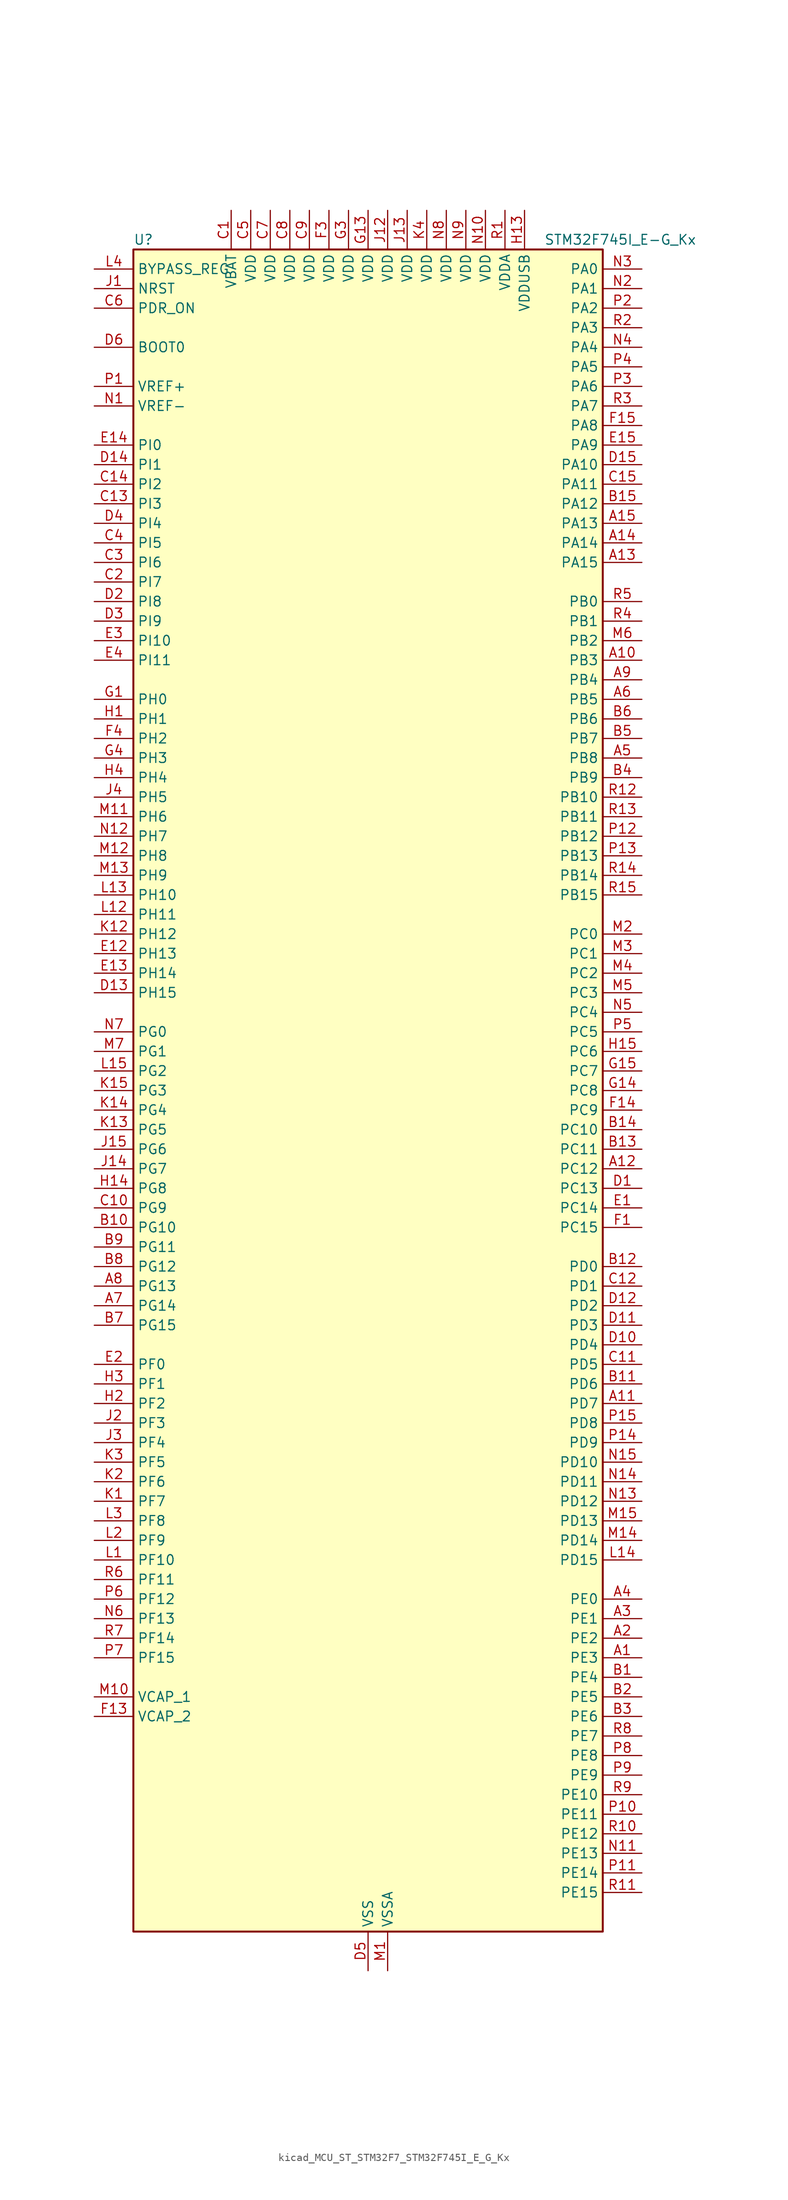
<source format=kicad_sym>
(kicad_symbol_lib
  (version 20220914)
  (generator kicad_symbol_editor)
  (symbol "kicad_MCU_ST_STM32F7_STM32F745I_E_G_Kx"
    (property "Reference" "U"
      (at -30.48 110.49 0)
      (effects (font (size 1.27 1.27)) (justify left)))
    (property "Value" "STM32F745I_E-G_Kx"
      (at 22.86 110.49 0)
      (effects (font (size 1.27 1.27)) (justify left)))
    (property "ki_locked" ""
      (at 0 0 0)
      (effects (font (size 1.27 1.27))))
    (symbol "kicad_MCU_ST_STM32F7_STM32F745I_E_G_Kx_0_1"
      (rectangle (start -30.48 -109.22) (end 30.48 109.22) (stroke (width 0.254) (type default)) (fill (type background))))
    (symbol "kicad_MCU_ST_STM32F7_STM32F745I_E_G_Kx_1_1"
      (pin bidirectional line (at 35.56 -73.66 180) (length 5.08) (name "PE3" (effects (font (size 1.27 1.27)))) (number "A1" (effects (font (size 1.27 1.27)))) (alternate "FMC_A19" bidirectional line) (alternate "SAI1_SD_B" bidirectional line) (alternate "SYS_TRACED0" bidirectional line))
      (pin bidirectional line (at 35.56 55.88 180) (length 5.08) (name "PB3" (effects (font (size 1.27 1.27)))) (number "A10" (effects (font (size 1.27 1.27)))) (alternate "I2S1_CK" bidirectional line) (alternate "I2S3_CK" bidirectional line) (alternate "SPI1_SCK" bidirectional line) (alternate "SPI3_SCK" bidirectional line) (alternate "SYS_JTDO-SWO" bidirectional line) (alternate "TIM2_CH2" bidirectional line))
      (pin bidirectional line (at 35.56 -40.64 180) (length 5.08) (name "PD7" (effects (font (size 1.27 1.27)))) (number "A11" (effects (font (size 1.27 1.27)))) (alternate "FMC_NE1" bidirectional line) (alternate "SPDIFRX_IN0" bidirectional line) (alternate "USART2_CK" bidirectional line))
      (pin bidirectional line (at 35.56 -10.16 180) (length 5.08) (name "PC12" (effects (font (size 1.27 1.27)))) (number "A12" (effects (font (size 1.27 1.27)))) (alternate "DCMI_D9" bidirectional line) (alternate "I2S3_SD" bidirectional line) (alternate "SDMMC1_CK" bidirectional line) (alternate "SPI3_MOSI" bidirectional line) (alternate "SYS_TRACED3" bidirectional line) (alternate "UART5_TX" bidirectional line) (alternate "USART3_CK" bidirectional line))
      (pin bidirectional line (at 35.56 68.58 180) (length 5.08) (name "PA15" (effects (font (size 1.27 1.27)))) (number "A13" (effects (font (size 1.27 1.27)))) (alternate "CEC" bidirectional line) (alternate "I2S1_WS" bidirectional line) (alternate "I2S3_WS" bidirectional line) (alternate "SPI1_NSS" bidirectional line) (alternate "SPI3_NSS" bidirectional line) (alternate "SYS_JTDI" bidirectional line) (alternate "TIM2_CH1" bidirectional line) (alternate "TIM2_ETR" bidirectional line) (alternate "UART4_DE" bidirectional line) (alternate "UART4_RTS" bidirectional line))
      (pin bidirectional line (at 35.56 71.12 180) (length 5.08) (name "PA14" (effects (font (size 1.27 1.27)))) (number "A14" (effects (font (size 1.27 1.27)))) (alternate "SYS_JTCK-SWCLK" bidirectional line))
      (pin bidirectional line (at 35.56 73.66 180) (length 5.08) (name "PA13" (effects (font (size 1.27 1.27)))) (number "A15" (effects (font (size 1.27 1.27)))) (alternate "SYS_JTMS-SWDIO" bidirectional line))
      (pin bidirectional line (at 35.56 -71.12 180) (length 5.08) (name "PE2" (effects (font (size 1.27 1.27)))) (number "A2" (effects (font (size 1.27 1.27)))) (alternate "ETH_TXD3" bidirectional line) (alternate "FMC_A23" bidirectional line) (alternate "QUADSPI_BK1_IO2" bidirectional line) (alternate "SAI1_MCLK_A" bidirectional line) (alternate "SPI4_SCK" bidirectional line) (alternate "SYS_TRACECLK" bidirectional line))
      (pin bidirectional line (at 35.56 -68.58 180) (length 5.08) (name "PE1" (effects (font (size 1.27 1.27)))) (number "A3" (effects (font (size 1.27 1.27)))) (alternate "DCMI_D3" bidirectional line) (alternate "FMC_NBL1" bidirectional line) (alternate "LPTIM1_IN2" bidirectional line) (alternate "UART8_TX" bidirectional line))
      (pin bidirectional line (at 35.56 -66.04 180) (length 5.08) (name "PE0" (effects (font (size 1.27 1.27)))) (number "A4" (effects (font (size 1.27 1.27)))) (alternate "DCMI_D2" bidirectional line) (alternate "FMC_NBL0" bidirectional line) (alternate "LPTIM1_ETR" bidirectional line) (alternate "SAI2_MCLK_A" bidirectional line) (alternate "TIM4_ETR" bidirectional line) (alternate "UART8_RX" bidirectional line))
      (pin bidirectional line (at 35.56 43.18 180) (length 5.08) (name "PB8" (effects (font (size 1.27 1.27)))) (number "A5" (effects (font (size 1.27 1.27)))) (alternate "CAN1_RX" bidirectional line) (alternate "DCMI_D6" bidirectional line) (alternate "ETH_TXD3" bidirectional line) (alternate "I2C1_SCL" bidirectional line) (alternate "SDMMC1_D4" bidirectional line) (alternate "TIM10_CH1" bidirectional line) (alternate "TIM4_CH3" bidirectional line))
      (pin bidirectional line (at 35.56 50.8 180) (length 5.08) (name "PB5" (effects (font (size 1.27 1.27)))) (number "A6" (effects (font (size 1.27 1.27)))) (alternate "CAN2_RX" bidirectional line) (alternate "DCMI_D10" bidirectional line) (alternate "ETH_PPS_OUT" bidirectional line) (alternate "FMC_SDCKE1" bidirectional line) (alternate "I2C1_SMBA" bidirectional line) (alternate "I2S1_SD" bidirectional line) (alternate "I2S3_SD" bidirectional line) (alternate "SPI1_MOSI" bidirectional line) (alternate "SPI3_MOSI" bidirectional line) (alternate "TIM3_CH2" bidirectional line) (alternate "USB_OTG_HS_ULPI_D7" bidirectional line))
      (pin bidirectional line (at -35.56 -27.94 0) (length 5.08) (name "PG14" (effects (font (size 1.27 1.27)))) (number "A7" (effects (font (size 1.27 1.27)))) (alternate "ETH_TXD1" bidirectional line) (alternate "FMC_A25" bidirectional line) (alternate "LPTIM1_ETR" bidirectional line) (alternate "QUADSPI_BK2_IO3" bidirectional line) (alternate "SPI6_MOSI" bidirectional line) (alternate "SYS_TRACED1" bidirectional line) (alternate "USART6_TX" bidirectional line))
      (pin bidirectional line (at -35.56 -25.4 0) (length 5.08) (name "PG13" (effects (font (size 1.27 1.27)))) (number "A8" (effects (font (size 1.27 1.27)))) (alternate "ETH_TXD0" bidirectional line) (alternate "FMC_A24" bidirectional line) (alternate "LPTIM1_OUT" bidirectional line) (alternate "SPI6_SCK" bidirectional line) (alternate "SYS_TRACED0" bidirectional line) (alternate "USART6_CTS" bidirectional line))
      (pin bidirectional line (at 35.56 53.34 180) (length 5.08) (name "PB4" (effects (font (size 1.27 1.27)))) (number "A9" (effects (font (size 1.27 1.27)))) (alternate "I2S2_WS" bidirectional line) (alternate "SPI1_MISO" bidirectional line) (alternate "SPI2_NSS" bidirectional line) (alternate "SPI3_MISO" bidirectional line) (alternate "SYS_JTRST" bidirectional line) (alternate "TIM3_CH1" bidirectional line))
      (pin bidirectional line (at 35.56 -76.2 180) (length 5.08) (name "PE4" (effects (font (size 1.27 1.27)))) (number "B1" (effects (font (size 1.27 1.27)))) (alternate "DCMI_D4" bidirectional line) (alternate "FMC_A20" bidirectional line) (alternate "SAI1_FS_A" bidirectional line) (alternate "SPI4_NSS" bidirectional line) (alternate "SYS_TRACED1" bidirectional line))
      (pin bidirectional line (at -35.56 -17.78 0) (length 5.08) (name "PG10" (effects (font (size 1.27 1.27)))) (number "B10" (effects (font (size 1.27 1.27)))) (alternate "DCMI_D2" bidirectional line) (alternate "FMC_NE3" bidirectional line) (alternate "SAI2_SD_B" bidirectional line))
      (pin bidirectional line (at 35.56 -38.1 180) (length 5.08) (name "PD6" (effects (font (size 1.27 1.27)))) (number "B11" (effects (font (size 1.27 1.27)))) (alternate "DCMI_D10" bidirectional line) (alternate "FMC_NWAIT" bidirectional line) (alternate "I2S3_SD" bidirectional line) (alternate "SAI1_SD_A" bidirectional line) (alternate "SPI3_MOSI" bidirectional line) (alternate "USART2_RX" bidirectional line))
      (pin bidirectional line (at 35.56 -22.86 180) (length 5.08) (name "PD0" (effects (font (size 1.27 1.27)))) (number "B12" (effects (font (size 1.27 1.27)))) (alternate "CAN1_RX" bidirectional line) (alternate "FMC_D2" bidirectional line) (alternate "FMC_DA2" bidirectional line))
      (pin bidirectional line (at 35.56 -7.62 180) (length 5.08) (name "PC11" (effects (font (size 1.27 1.27)))) (number "B13" (effects (font (size 1.27 1.27)))) (alternate "ADC1_EXTI11" bidirectional line) (alternate "ADC2_EXTI11" bidirectional line) (alternate "ADC3_EXTI11" bidirectional line) (alternate "DCMI_D4" bidirectional line) (alternate "QUADSPI_BK2_NCS" bidirectional line) (alternate "SDMMC1_D3" bidirectional line) (alternate "SPI3_MISO" bidirectional line) (alternate "UART4_RX" bidirectional line) (alternate "USART3_RX" bidirectional line))
      (pin bidirectional line (at 35.56 -5.08 180) (length 5.08) (name "PC10" (effects (font (size 1.27 1.27)))) (number "B14" (effects (font (size 1.27 1.27)))) (alternate "DCMI_D8" bidirectional line) (alternate "I2S3_CK" bidirectional line) (alternate "QUADSPI_BK1_IO1" bidirectional line) (alternate "SDMMC1_D2" bidirectional line) (alternate "SPI3_SCK" bidirectional line) (alternate "UART4_TX" bidirectional line) (alternate "USART3_TX" bidirectional line))
      (pin bidirectional line (at 35.56 76.2 180) (length 5.08) (name "PA12" (effects (font (size 1.27 1.27)))) (number "B15" (effects (font (size 1.27 1.27)))) (alternate "CAN1_TX" bidirectional line) (alternate "SAI2_FS_B" bidirectional line) (alternate "TIM1_ETR" bidirectional line) (alternate "USART1_DE" bidirectional line) (alternate "USART1_RTS" bidirectional line) (alternate "USB_OTG_FS_DP" bidirectional line))
      (pin bidirectional line (at 35.56 -78.74 180) (length 5.08) (name "PE5" (effects (font (size 1.27 1.27)))) (number "B2" (effects (font (size 1.27 1.27)))) (alternate "DCMI_D6" bidirectional line) (alternate "FMC_A21" bidirectional line) (alternate "SAI1_SCK_A" bidirectional line) (alternate "SPI4_MISO" bidirectional line) (alternate "SYS_TRACED2" bidirectional line) (alternate "TIM9_CH1" bidirectional line))
      (pin bidirectional line (at 35.56 -81.28 180) (length 5.08) (name "PE6" (effects (font (size 1.27 1.27)))) (number "B3" (effects (font (size 1.27 1.27)))) (alternate "DCMI_D7" bidirectional line) (alternate "FMC_A22" bidirectional line) (alternate "SAI1_SD_A" bidirectional line) (alternate "SAI2_MCLK_B" bidirectional line) (alternate "SPI4_MOSI" bidirectional line) (alternate "SYS_TRACED3" bidirectional line) (alternate "TIM1_BKIN2" bidirectional line) (alternate "TIM9_CH2" bidirectional line))
      (pin bidirectional line (at 35.56 40.64 180) (length 5.08) (name "PB9" (effects (font (size 1.27 1.27)))) (number "B4" (effects (font (size 1.27 1.27)))) (alternate "CAN1_TX" bidirectional line) (alternate "DAC_EXTI9" bidirectional line) (alternate "DCMI_D7" bidirectional line) (alternate "I2C1_SDA" bidirectional line) (alternate "I2S2_WS" bidirectional line) (alternate "SDMMC1_D5" bidirectional line) (alternate "SPI2_NSS" bidirectional line) (alternate "TIM11_CH1" bidirectional line) (alternate "TIM4_CH4" bidirectional line))
      (pin bidirectional line (at 35.56 45.72 180) (length 5.08) (name "PB7" (effects (font (size 1.27 1.27)))) (number "B5" (effects (font (size 1.27 1.27)))) (alternate "DCMI_VSYNC" bidirectional line) (alternate "FMC_NL" bidirectional line) (alternate "I2C1_SDA" bidirectional line) (alternate "TIM4_CH2" bidirectional line) (alternate "USART1_RX" bidirectional line))
      (pin bidirectional line (at 35.56 48.26 180) (length 5.08) (name "PB6" (effects (font (size 1.27 1.27)))) (number "B6" (effects (font (size 1.27 1.27)))) (alternate "CAN2_TX" bidirectional line) (alternate "CEC" bidirectional line) (alternate "DCMI_D5" bidirectional line) (alternate "FMC_SDNE1" bidirectional line) (alternate "I2C1_SCL" bidirectional line) (alternate "QUADSPI_BK1_NCS" bidirectional line) (alternate "TIM4_CH1" bidirectional line) (alternate "USART1_TX" bidirectional line))
      (pin bidirectional line (at -35.56 -30.48 0) (length 5.08) (name "PG15" (effects (font (size 1.27 1.27)))) (number "B7" (effects (font (size 1.27 1.27)))) (alternate "DCMI_D13" bidirectional line) (alternate "FMC_SDNCAS" bidirectional line) (alternate "USART6_CTS" bidirectional line))
      (pin bidirectional line (at -35.56 -22.86 0) (length 5.08) (name "PG12" (effects (font (size 1.27 1.27)))) (number "B8" (effects (font (size 1.27 1.27)))) (alternate "FMC_NE4" bidirectional line) (alternate "LPTIM1_IN1" bidirectional line) (alternate "SPDIFRX_IN1" bidirectional line) (alternate "SPI6_MISO" bidirectional line) (alternate "USART6_DE" bidirectional line) (alternate "USART6_RTS" bidirectional line))
      (pin bidirectional line (at -35.56 -20.32 0) (length 5.08) (name "PG11" (effects (font (size 1.27 1.27)))) (number "B9" (effects (font (size 1.27 1.27)))) (alternate "ADC1_EXTI11" bidirectional line) (alternate "ADC2_EXTI11" bidirectional line) (alternate "ADC3_EXTI11" bidirectional line) (alternate "DCMI_D3" bidirectional line) (alternate "ETH_TX_EN" bidirectional line) (alternate "SPDIFRX_IN0" bidirectional line))
      (pin power_in line (at -17.78 114.3 270) (length 5.08) (name "VBAT" (effects (font (size 1.27 1.27)))) (number "C1" (effects (font (size 1.27 1.27)))))
      (pin bidirectional line (at -35.56 -15.24 0) (length 5.08) (name "PG9" (effects (font (size 1.27 1.27)))) (number "C10" (effects (font (size 1.27 1.27)))) (alternate "DAC_EXTI9" bidirectional line) (alternate "DCMI_VSYNC" bidirectional line) (alternate "FMC_NCE" bidirectional line) (alternate "FMC_NE2" bidirectional line) (alternate "QUADSPI_BK2_IO2" bidirectional line) (alternate "SAI2_FS_B" bidirectional line) (alternate "SPDIFRX_IN3" bidirectional line) (alternate "USART6_RX" bidirectional line))
      (pin bidirectional line (at 35.56 -35.56 180) (length 5.08) (name "PD5" (effects (font (size 1.27 1.27)))) (number "C11" (effects (font (size 1.27 1.27)))) (alternate "FMC_NWE" bidirectional line) (alternate "USART2_TX" bidirectional line))
      (pin bidirectional line (at 35.56 -25.4 180) (length 5.08) (name "PD1" (effects (font (size 1.27 1.27)))) (number "C12" (effects (font (size 1.27 1.27)))) (alternate "CAN1_TX" bidirectional line) (alternate "FMC_D3" bidirectional line) (alternate "FMC_DA3" bidirectional line))
      (pin bidirectional line (at -35.56 76.2 0) (length 5.08) (name "PI3" (effects (font (size 1.27 1.27)))) (number "C13" (effects (font (size 1.27 1.27)))) (alternate "DCMI_D10" bidirectional line) (alternate "FMC_D27" bidirectional line) (alternate "I2S2_SD" bidirectional line) (alternate "SPI2_MOSI" bidirectional line) (alternate "TIM8_ETR" bidirectional line))
      (pin bidirectional line (at -35.56 78.74 0) (length 5.08) (name "PI2" (effects (font (size 1.27 1.27)))) (number "C14" (effects (font (size 1.27 1.27)))) (alternate "DCMI_D9" bidirectional line) (alternate "FMC_D26" bidirectional line) (alternate "SPI2_MISO" bidirectional line) (alternate "TIM8_CH4" bidirectional line))
      (pin bidirectional line (at 35.56 78.74 180) (length 5.08) (name "PA11" (effects (font (size 1.27 1.27)))) (number "C15" (effects (font (size 1.27 1.27)))) (alternate "ADC1_EXTI11" bidirectional line) (alternate "ADC2_EXTI11" bidirectional line) (alternate "ADC3_EXTI11" bidirectional line) (alternate "CAN1_RX" bidirectional line) (alternate "TIM1_CH4" bidirectional line) (alternate "USART1_CTS" bidirectional line) (alternate "USB_OTG_FS_DM" bidirectional line))
      (pin bidirectional line (at -35.56 66.04 0) (length 5.08) (name "PI7" (effects (font (size 1.27 1.27)))) (number "C2" (effects (font (size 1.27 1.27)))) (alternate "DCMI_D7" bidirectional line) (alternate "FMC_D29" bidirectional line) (alternate "SAI2_FS_A" bidirectional line) (alternate "TIM8_CH3" bidirectional line))
      (pin bidirectional line (at -35.56 68.58 0) (length 5.08) (name "PI6" (effects (font (size 1.27 1.27)))) (number "C3" (effects (font (size 1.27 1.27)))) (alternate "DCMI_D6" bidirectional line) (alternate "FMC_D28" bidirectional line) (alternate "SAI2_SD_A" bidirectional line) (alternate "TIM8_CH2" bidirectional line))
      (pin bidirectional line (at -35.56 71.12 0) (length 5.08) (name "PI5" (effects (font (size 1.27 1.27)))) (number "C4" (effects (font (size 1.27 1.27)))) (alternate "DCMI_VSYNC" bidirectional line) (alternate "FMC_NBL3" bidirectional line) (alternate "SAI2_SCK_A" bidirectional line) (alternate "TIM8_CH1" bidirectional line))
      (pin power_in line (at -15.24 114.3 270) (length 5.08) (name "VDD" (effects (font (size 1.27 1.27)))) (number "C5" (effects (font (size 1.27 1.27)))))
      (pin input line (at -35.56 101.6 0) (length 5.08) (name "PDR_ON" (effects (font (size 1.27 1.27)))) (number "C6" (effects (font (size 1.27 1.27)))))
      (pin power_in line (at -12.7 114.3 270) (length 5.08) (name "VDD" (effects (font (size 1.27 1.27)))) (number "C7" (effects (font (size 1.27 1.27)))))
      (pin power_in line (at -10.16 114.3 270) (length 5.08) (name "VDD" (effects (font (size 1.27 1.27)))) (number "C8" (effects (font (size 1.27 1.27)))))
      (pin power_in line (at -7.62 114.3 270) (length 5.08) (name "VDD" (effects (font (size 1.27 1.27)))) (number "C9" (effects (font (size 1.27 1.27)))))
      (pin bidirectional line (at 35.56 -12.7 180) (length 5.08) (name "PC13" (effects (font (size 1.27 1.27)))) (number "D1" (effects (font (size 1.27 1.27)))) (alternate "RTC_OUT" bidirectional line) (alternate "RTC_TAMP1" bidirectional line) (alternate "RTC_TS" bidirectional line) (alternate "SYS_WKUP4" bidirectional line))
      (pin bidirectional line (at 35.56 -33.02 180) (length 5.08) (name "PD4" (effects (font (size 1.27 1.27)))) (number "D10" (effects (font (size 1.27 1.27)))) (alternate "FMC_NOE" bidirectional line) (alternate "USART2_DE" bidirectional line) (alternate "USART2_RTS" bidirectional line))
      (pin bidirectional line (at 35.56 -30.48 180) (length 5.08) (name "PD3" (effects (font (size 1.27 1.27)))) (number "D11" (effects (font (size 1.27 1.27)))) (alternate "DCMI_D5" bidirectional line) (alternate "FMC_CLK" bidirectional line) (alternate "I2S2_CK" bidirectional line) (alternate "SPI2_SCK" bidirectional line) (alternate "USART2_CTS" bidirectional line))
      (pin bidirectional line (at 35.56 -27.94 180) (length 5.08) (name "PD2" (effects (font (size 1.27 1.27)))) (number "D12" (effects (font (size 1.27 1.27)))) (alternate "DCMI_D11" bidirectional line) (alternate "SDMMC1_CMD" bidirectional line) (alternate "SYS_TRACED2" bidirectional line) (alternate "TIM3_ETR" bidirectional line) (alternate "UART5_RX" bidirectional line))
      (pin bidirectional line (at -35.56 12.7 0) (length 5.08) (name "PH15" (effects (font (size 1.27 1.27)))) (number "D13" (effects (font (size 1.27 1.27)))) (alternate "DCMI_D11" bidirectional line) (alternate "FMC_D23" bidirectional line) (alternate "TIM8_CH3N" bidirectional line))
      (pin bidirectional line (at -35.56 81.28 0) (length 5.08) (name "PI1" (effects (font (size 1.27 1.27)))) (number "D14" (effects (font (size 1.27 1.27)))) (alternate "DCMI_D8" bidirectional line) (alternate "FMC_D25" bidirectional line) (alternate "I2S2_CK" bidirectional line) (alternate "SPI2_SCK" bidirectional line) (alternate "TIM8_BKIN2" bidirectional line))
      (pin bidirectional line (at 35.56 81.28 180) (length 5.08) (name "PA10" (effects (font (size 1.27 1.27)))) (number "D15" (effects (font (size 1.27 1.27)))) (alternate "DCMI_D1" bidirectional line) (alternate "TIM1_CH3" bidirectional line) (alternate "USART1_RX" bidirectional line) (alternate "USB_OTG_FS_ID" bidirectional line))
      (pin bidirectional line (at -35.56 63.5 0) (length 5.08) (name "PI8" (effects (font (size 1.27 1.27)))) (number "D2" (effects (font (size 1.27 1.27)))) (alternate "RTC_TAMP2" bidirectional line) (alternate "RTC_TS" bidirectional line) (alternate "SYS_WKUP5" bidirectional line))
      (pin bidirectional line (at -35.56 60.96 0) (length 5.08) (name "PI9" (effects (font (size 1.27 1.27)))) (number "D3" (effects (font (size 1.27 1.27)))) (alternate "CAN1_RX" bidirectional line) (alternate "DAC_EXTI9" bidirectional line) (alternate "FMC_D30" bidirectional line))
      (pin bidirectional line (at -35.56 73.66 0) (length 5.08) (name "PI4" (effects (font (size 1.27 1.27)))) (number "D4" (effects (font (size 1.27 1.27)))) (alternate "DCMI_D5" bidirectional line) (alternate "FMC_NBL2" bidirectional line) (alternate "SAI2_MCLK_A" bidirectional line) (alternate "TIM8_BKIN" bidirectional line))
      (pin power_in line (at 0 -114.3 90) (length 5.08) (name "VSS" (effects (font (size 1.27 1.27)))) (number "D5" (effects (font (size 1.27 1.27)))))
      (pin input line (at -35.56 96.52 0) (length 5.08) (name "BOOT0" (effects (font (size 1.27 1.27)))) (number "D6" (effects (font (size 1.27 1.27)))))
      (pin passive line (at 0 -114.3 90) (length 5.08) hide (name "VSS" (effects (font (size 1.27 1.27)))) (number "D7" (effects (font (size 1.27 1.27)))))
      (pin passive line (at 0 -114.3 90) (length 5.08) hide (name "VSS" (effects (font (size 1.27 1.27)))) (number "D8" (effects (font (size 1.27 1.27)))))
      (pin passive line (at 0 -114.3 90) (length 5.08) hide (name "VSS" (effects (font (size 1.27 1.27)))) (number "D9" (effects (font (size 1.27 1.27)))))
      (pin bidirectional line (at 35.56 -15.24 180) (length 5.08) (name "PC14" (effects (font (size 1.27 1.27)))) (number "E1" (effects (font (size 1.27 1.27)))) (alternate "RCC_OSC32_IN" bidirectional line))
      (pin bidirectional line (at -35.56 17.78 0) (length 5.08) (name "PH13" (effects (font (size 1.27 1.27)))) (number "E12" (effects (font (size 1.27 1.27)))) (alternate "CAN1_TX" bidirectional line) (alternate "FMC_D21" bidirectional line) (alternate "TIM8_CH1N" bidirectional line))
      (pin bidirectional line (at -35.56 15.24 0) (length 5.08) (name "PH14" (effects (font (size 1.27 1.27)))) (number "E13" (effects (font (size 1.27 1.27)))) (alternate "DCMI_D4" bidirectional line) (alternate "FMC_D22" bidirectional line) (alternate "TIM8_CH2N" bidirectional line))
      (pin bidirectional line (at -35.56 83.82 0) (length 5.08) (name "PI0" (effects (font (size 1.27 1.27)))) (number "E14" (effects (font (size 1.27 1.27)))) (alternate "DCMI_D13" bidirectional line) (alternate "FMC_D24" bidirectional line) (alternate "I2S2_WS" bidirectional line) (alternate "SPI2_NSS" bidirectional line) (alternate "TIM5_CH4" bidirectional line))
      (pin bidirectional line (at 35.56 83.82 180) (length 5.08) (name "PA9" (effects (font (size 1.27 1.27)))) (number "E15" (effects (font (size 1.27 1.27)))) (alternate "DAC_EXTI9" bidirectional line) (alternate "DCMI_D0" bidirectional line) (alternate "I2C3_SMBA" bidirectional line) (alternate "I2S2_CK" bidirectional line) (alternate "SPI2_SCK" bidirectional line) (alternate "TIM1_CH2" bidirectional line) (alternate "USART1_TX" bidirectional line) (alternate "USB_OTG_FS_VBUS" bidirectional line))
      (pin bidirectional line (at -35.56 -35.56 0) (length 5.08) (name "PF0" (effects (font (size 1.27 1.27)))) (number "E2" (effects (font (size 1.27 1.27)))) (alternate "FMC_A0" bidirectional line) (alternate "I2C2_SDA" bidirectional line))
      (pin bidirectional line (at -35.56 58.42 0) (length 5.08) (name "PI10" (effects (font (size 1.27 1.27)))) (number "E3" (effects (font (size 1.27 1.27)))) (alternate "ETH_RX_ER" bidirectional line) (alternate "FMC_D31" bidirectional line))
      (pin bidirectional line (at -35.56 55.88 0) (length 5.08) (name "PI11" (effects (font (size 1.27 1.27)))) (number "E4" (effects (font (size 1.27 1.27)))) (alternate "ADC1_EXTI11" bidirectional line) (alternate "ADC2_EXTI11" bidirectional line) (alternate "ADC3_EXTI11" bidirectional line) (alternate "SYS_WKUP6" bidirectional line) (alternate "USB_OTG_HS_ULPI_DIR" bidirectional line))
      (pin bidirectional line (at 35.56 -17.78 180) (length 5.08) (name "PC15" (effects (font (size 1.27 1.27)))) (number "F1" (effects (font (size 1.27 1.27)))) (alternate "RCC_OSC32_OUT" bidirectional line))
      (pin passive line (at 0 -114.3 90) (length 5.08) hide (name "VSS" (effects (font (size 1.27 1.27)))) (number "F10" (effects (font (size 1.27 1.27)))))
      (pin passive line (at 0 -114.3 90) (length 5.08) hide (name "VSS" (effects (font (size 1.27 1.27)))) (number "F12" (effects (font (size 1.27 1.27)))))
      (pin power_out line (at -35.56 -81.28 0) (length 5.08) (name "VCAP_2" (effects (font (size 1.27 1.27)))) (number "F13" (effects (font (size 1.27 1.27)))))
      (pin bidirectional line (at 35.56 -2.54 180) (length 5.08) (name "PC9" (effects (font (size 1.27 1.27)))) (number "F14" (effects (font (size 1.27 1.27)))) (alternate "DAC_EXTI9" bidirectional line) (alternate "DCMI_D3" bidirectional line) (alternate "I2C3_SDA" bidirectional line) (alternate "I2S_CKIN" bidirectional line) (alternate "QUADSPI_BK1_IO0" bidirectional line) (alternate "RCC_MCO_2" bidirectional line) (alternate "SDMMC1_D1" bidirectional line) (alternate "TIM3_CH4" bidirectional line) (alternate "TIM8_CH4" bidirectional line) (alternate "UART5_CTS" bidirectional line))
      (pin bidirectional line (at 35.56 86.36 180) (length 5.08) (name "PA8" (effects (font (size 1.27 1.27)))) (number "F15" (effects (font (size 1.27 1.27)))) (alternate "I2C3_SCL" bidirectional line) (alternate "RCC_MCO_1" bidirectional line) (alternate "TIM1_CH1" bidirectional line) (alternate "TIM8_BKIN2" bidirectional line) (alternate "USART1_CK" bidirectional line) (alternate "USB_OTG_FS_SOF" bidirectional line))
      (pin passive line (at 0 -114.3 90) (length 5.08) hide (name "VSS" (effects (font (size 1.27 1.27)))) (number "F2" (effects (font (size 1.27 1.27)))))
      (pin power_in line (at -5.08 114.3 270) (length 5.08) (name "VDD" (effects (font (size 1.27 1.27)))) (number "F3" (effects (font (size 1.27 1.27)))))
      (pin bidirectional line (at -35.56 45.72 0) (length 5.08) (name "PH2" (effects (font (size 1.27 1.27)))) (number "F4" (effects (font (size 1.27 1.27)))) (alternate "ETH_CRS" bidirectional line) (alternate "FMC_SDCKE0" bidirectional line) (alternate "LPTIM1_IN2" bidirectional line) (alternate "QUADSPI_BK2_IO0" bidirectional line) (alternate "SAI2_SCK_B" bidirectional line))
      (pin passive line (at 0 -114.3 90) (length 5.08) hide (name "VSS" (effects (font (size 1.27 1.27)))) (number "F6" (effects (font (size 1.27 1.27)))))
      (pin passive line (at 0 -114.3 90) (length 5.08) hide (name "VSS" (effects (font (size 1.27 1.27)))) (number "F7" (effects (font (size 1.27 1.27)))))
      (pin passive line (at 0 -114.3 90) (length 5.08) hide (name "VSS" (effects (font (size 1.27 1.27)))) (number "F8" (effects (font (size 1.27 1.27)))))
      (pin passive line (at 0 -114.3 90) (length 5.08) hide (name "VSS" (effects (font (size 1.27 1.27)))) (number "F9" (effects (font (size 1.27 1.27)))))
      (pin bidirectional line (at -35.56 50.8 0) (length 5.08) (name "PH0" (effects (font (size 1.27 1.27)))) (number "G1" (effects (font (size 1.27 1.27)))) (alternate "RCC_OSC_IN" bidirectional line))
      (pin passive line (at 0 -114.3 90) (length 5.08) hide (name "VSS" (effects (font (size 1.27 1.27)))) (number "G10" (effects (font (size 1.27 1.27)))))
      (pin passive line (at 0 -114.3 90) (length 5.08) hide (name "VSS" (effects (font (size 1.27 1.27)))) (number "G12" (effects (font (size 1.27 1.27)))))
      (pin power_in line (at 0 114.3 270) (length 5.08) (name "VDD" (effects (font (size 1.27 1.27)))) (number "G13" (effects (font (size 1.27 1.27)))))
      (pin bidirectional line (at 35.56 0 180) (length 5.08) (name "PC8" (effects (font (size 1.27 1.27)))) (number "G14" (effects (font (size 1.27 1.27)))) (alternate "DCMI_D2" bidirectional line) (alternate "SDMMC1_D0" bidirectional line) (alternate "SYS_TRACED1" bidirectional line) (alternate "TIM3_CH3" bidirectional line) (alternate "TIM8_CH3" bidirectional line) (alternate "UART5_DE" bidirectional line) (alternate "UART5_RTS" bidirectional line) (alternate "USART6_CK" bidirectional line))
      (pin bidirectional line (at 35.56 2.54 180) (length 5.08) (name "PC7" (effects (font (size 1.27 1.27)))) (number "G15" (effects (font (size 1.27 1.27)))) (alternate "DCMI_D1" bidirectional line) (alternate "I2S3_MCK" bidirectional line) (alternate "SDMMC1_D7" bidirectional line) (alternate "TIM3_CH2" bidirectional line) (alternate "TIM8_CH2" bidirectional line) (alternate "USART6_RX" bidirectional line))
      (pin passive line (at 0 -114.3 90) (length 5.08) hide (name "VSS" (effects (font (size 1.27 1.27)))) (number "G2" (effects (font (size 1.27 1.27)))))
      (pin power_in line (at -2.54 114.3 270) (length 5.08) (name "VDD" (effects (font (size 1.27 1.27)))) (number "G3" (effects (font (size 1.27 1.27)))))
      (pin bidirectional line (at -35.56 43.18 0) (length 5.08) (name "PH3" (effects (font (size 1.27 1.27)))) (number "G4" (effects (font (size 1.27 1.27)))) (alternate "ETH_COL" bidirectional line) (alternate "FMC_SDNE0" bidirectional line) (alternate "QUADSPI_BK2_IO1" bidirectional line) (alternate "SAI2_MCLK_B" bidirectional line))
      (pin passive line (at 0 -114.3 90) (length 5.08) hide (name "VSS" (effects (font (size 1.27 1.27)))) (number "G6" (effects (font (size 1.27 1.27)))))
      (pin passive line (at 0 -114.3 90) (length 5.08) hide (name "VSS" (effects (font (size 1.27 1.27)))) (number "G7" (effects (font (size 1.27 1.27)))))
      (pin passive line (at 0 -114.3 90) (length 5.08) hide (name "VSS" (effects (font (size 1.27 1.27)))) (number "G8" (effects (font (size 1.27 1.27)))))
      (pin passive line (at 0 -114.3 90) (length 5.08) hide (name "VSS" (effects (font (size 1.27 1.27)))) (number "G9" (effects (font (size 1.27 1.27)))))
      (pin bidirectional line (at -35.56 48.26 0) (length 5.08) (name "PH1" (effects (font (size 1.27 1.27)))) (number "H1" (effects (font (size 1.27 1.27)))) (alternate "RCC_OSC_OUT" bidirectional line))
      (pin passive line (at 0 -114.3 90) (length 5.08) hide (name "VSS" (effects (font (size 1.27 1.27)))) (number "H10" (effects (font (size 1.27 1.27)))))
      (pin passive line (at 0 -114.3 90) (length 5.08) hide (name "VSS" (effects (font (size 1.27 1.27)))) (number "H12" (effects (font (size 1.27 1.27)))))
      (pin power_in line (at 20.32 114.3 270) (length 5.08) (name "VDDUSB" (effects (font (size 1.27 1.27)))) (number "H13" (effects (font (size 1.27 1.27)))))
      (pin bidirectional line (at -35.56 -12.7 0) (length 5.08) (name "PG8" (effects (font (size 1.27 1.27)))) (number "H14" (effects (font (size 1.27 1.27)))) (alternate "ETH_PPS_OUT" bidirectional line) (alternate "FMC_SDCLK" bidirectional line) (alternate "SPDIFRX_IN2" bidirectional line) (alternate "SPI6_NSS" bidirectional line) (alternate "USART6_DE" bidirectional line) (alternate "USART6_RTS" bidirectional line))
      (pin bidirectional line (at 35.56 5.08 180) (length 5.08) (name "PC6" (effects (font (size 1.27 1.27)))) (number "H15" (effects (font (size 1.27 1.27)))) (alternate "DCMI_D0" bidirectional line) (alternate "I2S2_MCK" bidirectional line) (alternate "SDMMC1_D6" bidirectional line) (alternate "TIM3_CH1" bidirectional line) (alternate "TIM8_CH1" bidirectional line) (alternate "USART6_TX" bidirectional line))
      (pin bidirectional line (at -35.56 -40.64 0) (length 5.08) (name "PF2" (effects (font (size 1.27 1.27)))) (number "H2" (effects (font (size 1.27 1.27)))) (alternate "FMC_A2" bidirectional line) (alternate "I2C2_SMBA" bidirectional line))
      (pin bidirectional line (at -35.56 -38.1 0) (length 5.08) (name "PF1" (effects (font (size 1.27 1.27)))) (number "H3" (effects (font (size 1.27 1.27)))) (alternate "FMC_A1" bidirectional line) (alternate "I2C2_SCL" bidirectional line))
      (pin bidirectional line (at -35.56 40.64 0) (length 5.08) (name "PH4" (effects (font (size 1.27 1.27)))) (number "H4" (effects (font (size 1.27 1.27)))) (alternate "I2C2_SCL" bidirectional line) (alternate "USB_OTG_HS_ULPI_NXT" bidirectional line))
      (pin passive line (at 0 -114.3 90) (length 5.08) hide (name "VSS" (effects (font (size 1.27 1.27)))) (number "H6" (effects (font (size 1.27 1.27)))))
      (pin passive line (at 0 -114.3 90) (length 5.08) hide (name "VSS" (effects (font (size 1.27 1.27)))) (number "H7" (effects (font (size 1.27 1.27)))))
      (pin passive line (at 0 -114.3 90) (length 5.08) hide (name "VSS" (effects (font (size 1.27 1.27)))) (number "H8" (effects (font (size 1.27 1.27)))))
      (pin passive line (at 0 -114.3 90) (length 5.08) hide (name "VSS" (effects (font (size 1.27 1.27)))) (number "H9" (effects (font (size 1.27 1.27)))))
      (pin input line (at -35.56 104.14 0) (length 5.08) (name "NRST" (effects (font (size 1.27 1.27)))) (number "J1" (effects (font (size 1.27 1.27)))))
      (pin passive line (at 0 -114.3 90) (length 5.08) hide (name "VSS" (effects (font (size 1.27 1.27)))) (number "J10" (effects (font (size 1.27 1.27)))))
      (pin power_in line (at 2.54 114.3 270) (length 5.08) (name "VDD" (effects (font (size 1.27 1.27)))) (number "J12" (effects (font (size 1.27 1.27)))))
      (pin power_in line (at 5.08 114.3 270) (length 5.08) (name "VDD" (effects (font (size 1.27 1.27)))) (number "J13" (effects (font (size 1.27 1.27)))))
      (pin bidirectional line (at -35.56 -10.16 0) (length 5.08) (name "PG7" (effects (font (size 1.27 1.27)))) (number "J14" (effects (font (size 1.27 1.27)))) (alternate "DCMI_D13" bidirectional line) (alternate "FMC_INT" bidirectional line) (alternate "USART6_CK" bidirectional line))
      (pin bidirectional line (at -35.56 -7.62 0) (length 5.08) (name "PG6" (effects (font (size 1.27 1.27)))) (number "J15" (effects (font (size 1.27 1.27)))) (alternate "DCMI_D12" bidirectional line))
      (pin bidirectional line (at -35.56 -43.18 0) (length 5.08) (name "PF3" (effects (font (size 1.27 1.27)))) (number "J2" (effects (font (size 1.27 1.27)))) (alternate "ADC3_IN9" bidirectional line) (alternate "FMC_A3" bidirectional line))
      (pin bidirectional line (at -35.56 -45.72 0) (length 5.08) (name "PF4" (effects (font (size 1.27 1.27)))) (number "J3" (effects (font (size 1.27 1.27)))) (alternate "ADC3_IN14" bidirectional line) (alternate "FMC_A4" bidirectional line))
      (pin bidirectional line (at -35.56 38.1 0) (length 5.08) (name "PH5" (effects (font (size 1.27 1.27)))) (number "J4" (effects (font (size 1.27 1.27)))) (alternate "FMC_SDNWE" bidirectional line) (alternate "I2C2_SDA" bidirectional line) (alternate "SPI5_NSS" bidirectional line))
      (pin passive line (at 0 -114.3 90) (length 5.08) hide (name "VSS" (effects (font (size 1.27 1.27)))) (number "J6" (effects (font (size 1.27 1.27)))))
      (pin passive line (at 0 -114.3 90) (length 5.08) hide (name "VSS" (effects (font (size 1.27 1.27)))) (number "J7" (effects (font (size 1.27 1.27)))))
      (pin passive line (at 0 -114.3 90) (length 5.08) hide (name "VSS" (effects (font (size 1.27 1.27)))) (number "J8" (effects (font (size 1.27 1.27)))))
      (pin passive line (at 0 -114.3 90) (length 5.08) hide (name "VSS" (effects (font (size 1.27 1.27)))) (number "J9" (effects (font (size 1.27 1.27)))))
      (pin bidirectional line (at -35.56 -53.34 0) (length 5.08) (name "PF7" (effects (font (size 1.27 1.27)))) (number "K1" (effects (font (size 1.27 1.27)))) (alternate "ADC3_IN5" bidirectional line) (alternate "QUADSPI_BK1_IO2" bidirectional line) (alternate "SAI1_MCLK_B" bidirectional line) (alternate "SPI5_SCK" bidirectional line) (alternate "TIM11_CH1" bidirectional line) (alternate "UART7_TX" bidirectional line))
      (pin passive line (at 0 -114.3 90) (length 5.08) hide (name "VSS" (effects (font (size 1.27 1.27)))) (number "K10" (effects (font (size 1.27 1.27)))))
      (pin bidirectional line (at -35.56 20.32 0) (length 5.08) (name "PH12" (effects (font (size 1.27 1.27)))) (number "K12" (effects (font (size 1.27 1.27)))) (alternate "DCMI_D3" bidirectional line) (alternate "FMC_D20" bidirectional line) (alternate "I2C4_SDA" bidirectional line) (alternate "TIM5_CH3" bidirectional line))
      (pin bidirectional line (at -35.56 -5.08 0) (length 5.08) (name "PG5" (effects (font (size 1.27 1.27)))) (number "K13" (effects (font (size 1.27 1.27)))) (alternate "FMC_A15" bidirectional line) (alternate "FMC_BA1" bidirectional line))
      (pin bidirectional line (at -35.56 -2.54 0) (length 5.08) (name "PG4" (effects (font (size 1.27 1.27)))) (number "K14" (effects (font (size 1.27 1.27)))) (alternate "FMC_A14" bidirectional line) (alternate "FMC_BA0" bidirectional line))
      (pin bidirectional line (at -35.56 0 0) (length 5.08) (name "PG3" (effects (font (size 1.27 1.27)))) (number "K15" (effects (font (size 1.27 1.27)))) (alternate "FMC_A13" bidirectional line))
      (pin bidirectional line (at -35.56 -50.8 0) (length 5.08) (name "PF6" (effects (font (size 1.27 1.27)))) (number "K2" (effects (font (size 1.27 1.27)))) (alternate "ADC3_IN4" bidirectional line) (alternate "QUADSPI_BK1_IO3" bidirectional line) (alternate "SAI1_SD_B" bidirectional line) (alternate "SPI5_NSS" bidirectional line) (alternate "TIM10_CH1" bidirectional line) (alternate "UART7_RX" bidirectional line))
      (pin bidirectional line (at -35.56 -48.26 0) (length 5.08) (name "PF5" (effects (font (size 1.27 1.27)))) (number "K3" (effects (font (size 1.27 1.27)))) (alternate "ADC3_IN15" bidirectional line) (alternate "FMC_A5" bidirectional line))
      (pin power_in line (at 7.62 114.3 270) (length 5.08) (name "VDD" (effects (font (size 1.27 1.27)))) (number "K4" (effects (font (size 1.27 1.27)))))
      (pin passive line (at 0 -114.3 90) (length 5.08) hide (name "VSS" (effects (font (size 1.27 1.27)))) (number "K6" (effects (font (size 1.27 1.27)))))
      (pin passive line (at 0 -114.3 90) (length 5.08) hide (name "VSS" (effects (font (size 1.27 1.27)))) (number "K7" (effects (font (size 1.27 1.27)))))
      (pin passive line (at 0 -114.3 90) (length 5.08) hide (name "VSS" (effects (font (size 1.27 1.27)))) (number "K8" (effects (font (size 1.27 1.27)))))
      (pin passive line (at 0 -114.3 90) (length 5.08) hide (name "VSS" (effects (font (size 1.27 1.27)))) (number "K9" (effects (font (size 1.27 1.27)))))
      (pin bidirectional line (at -35.56 -60.96 0) (length 5.08) (name "PF10" (effects (font (size 1.27 1.27)))) (number "L1" (effects (font (size 1.27 1.27)))) (alternate "ADC3_IN8" bidirectional line) (alternate "DCMI_D11" bidirectional line))
      (pin bidirectional line (at -35.56 22.86 0) (length 5.08) (name "PH11" (effects (font (size 1.27 1.27)))) (number "L12" (effects (font (size 1.27 1.27)))) (alternate "ADC1_EXTI11" bidirectional line) (alternate "ADC2_EXTI11" bidirectional line) (alternate "ADC3_EXTI11" bidirectional line) (alternate "DCMI_D2" bidirectional line) (alternate "FMC_D19" bidirectional line) (alternate "I2C4_SCL" bidirectional line) (alternate "TIM5_CH2" bidirectional line))
      (pin bidirectional line (at -35.56 25.4 0) (length 5.08) (name "PH10" (effects (font (size 1.27 1.27)))) (number "L13" (effects (font (size 1.27 1.27)))) (alternate "DCMI_D1" bidirectional line) (alternate "FMC_D18" bidirectional line) (alternate "I2C4_SMBA" bidirectional line) (alternate "TIM5_CH1" bidirectional line))
      (pin bidirectional line (at 35.56 -60.96 180) (length 5.08) (name "PD15" (effects (font (size 1.27 1.27)))) (number "L14" (effects (font (size 1.27 1.27)))) (alternate "FMC_D1" bidirectional line) (alternate "FMC_DA1" bidirectional line) (alternate "TIM4_CH4" bidirectional line) (alternate "UART8_DE" bidirectional line) (alternate "UART8_RTS" bidirectional line))
      (pin bidirectional line (at -35.56 2.54 0) (length 5.08) (name "PG2" (effects (font (size 1.27 1.27)))) (number "L15" (effects (font (size 1.27 1.27)))) (alternate "FMC_A12" bidirectional line))
      (pin bidirectional line (at -35.56 -58.42 0) (length 5.08) (name "PF9" (effects (font (size 1.27 1.27)))) (number "L2" (effects (font (size 1.27 1.27)))) (alternate "ADC3_IN7" bidirectional line) (alternate "DAC_EXTI9" bidirectional line) (alternate "QUADSPI_BK1_IO1" bidirectional line) (alternate "SAI1_FS_B" bidirectional line) (alternate "SPI5_MOSI" bidirectional line) (alternate "TIM14_CH1" bidirectional line) (alternate "UART7_CTS" bidirectional line))
      (pin bidirectional line (at -35.56 -55.88 0) (length 5.08) (name "PF8" (effects (font (size 1.27 1.27)))) (number "L3" (effects (font (size 1.27 1.27)))) (alternate "ADC3_IN6" bidirectional line) (alternate "QUADSPI_BK1_IO0" bidirectional line) (alternate "SAI1_SCK_B" bidirectional line) (alternate "SPI5_MISO" bidirectional line) (alternate "TIM13_CH1" bidirectional line) (alternate "UART7_DE" bidirectional line) (alternate "UART7_RTS" bidirectional line))
      (pin input line (at -35.56 106.68 0) (length 5.08) (name "BYPASS_REG" (effects (font (size 1.27 1.27)))) (number "L4" (effects (font (size 1.27 1.27)))))
      (pin power_in line (at 2.54 -114.3 90) (length 5.08) (name "VSSA" (effects (font (size 1.27 1.27)))) (number "M1" (effects (font (size 1.27 1.27)))))
      (pin power_out line (at -35.56 -78.74 0) (length 5.08) (name "VCAP_1" (effects (font (size 1.27 1.27)))) (number "M10" (effects (font (size 1.27 1.27)))))
      (pin bidirectional line (at -35.56 35.56 0) (length 5.08) (name "PH6" (effects (font (size 1.27 1.27)))) (number "M11" (effects (font (size 1.27 1.27)))) (alternate "DCMI_D8" bidirectional line) (alternate "ETH_RXD2" bidirectional line) (alternate "FMC_SDNE1" bidirectional line) (alternate "I2C2_SMBA" bidirectional line) (alternate "SPI5_SCK" bidirectional line) (alternate "TIM12_CH1" bidirectional line))
      (pin bidirectional line (at -35.56 30.48 0) (length 5.08) (name "PH8" (effects (font (size 1.27 1.27)))) (number "M12" (effects (font (size 1.27 1.27)))) (alternate "DCMI_HSYNC" bidirectional line) (alternate "FMC_D16" bidirectional line) (alternate "I2C3_SDA" bidirectional line))
      (pin bidirectional line (at -35.56 27.94 0) (length 5.08) (name "PH9" (effects (font (size 1.27 1.27)))) (number "M13" (effects (font (size 1.27 1.27)))) (alternate "DAC_EXTI9" bidirectional line) (alternate "DCMI_D0" bidirectional line) (alternate "FMC_D17" bidirectional line) (alternate "I2C3_SMBA" bidirectional line) (alternate "TIM12_CH2" bidirectional line))
      (pin bidirectional line (at 35.56 -58.42 180) (length 5.08) (name "PD14" (effects (font (size 1.27 1.27)))) (number "M14" (effects (font (size 1.27 1.27)))) (alternate "FMC_D0" bidirectional line) (alternate "FMC_DA0" bidirectional line) (alternate "TIM4_CH3" bidirectional line) (alternate "UART8_CTS" bidirectional line))
      (pin bidirectional line (at 35.56 -55.88 180) (length 5.08) (name "PD13" (effects (font (size 1.27 1.27)))) (number "M15" (effects (font (size 1.27 1.27)))) (alternate "FMC_A18" bidirectional line) (alternate "I2C4_SDA" bidirectional line) (alternate "LPTIM1_OUT" bidirectional line) (alternate "QUADSPI_BK1_IO3" bidirectional line) (alternate "SAI2_SCK_A" bidirectional line) (alternate "TIM4_CH2" bidirectional line))
      (pin bidirectional line (at 35.56 20.32 180) (length 5.08) (name "PC0" (effects (font (size 1.27 1.27)))) (number "M2" (effects (font (size 1.27 1.27)))) (alternate "ADC1_IN10" bidirectional line) (alternate "ADC2_IN10" bidirectional line) (alternate "ADC3_IN10" bidirectional line) (alternate "FMC_SDNWE" bidirectional line) (alternate "SAI2_FS_B" bidirectional line) (alternate "USB_OTG_HS_ULPI_STP" bidirectional line))
      (pin bidirectional line (at 35.56 17.78 180) (length 5.08) (name "PC1" (effects (font (size 1.27 1.27)))) (number "M3" (effects (font (size 1.27 1.27)))) (alternate "ADC1_IN11" bidirectional line) (alternate "ADC2_IN11" bidirectional line) (alternate "ADC3_IN11" bidirectional line) (alternate "ETH_MDC" bidirectional line) (alternate "I2S2_SD" bidirectional line) (alternate "RTC_TAMP3" bidirectional line) (alternate "RTC_TS" bidirectional line) (alternate "SAI1_SD_A" bidirectional line) (alternate "SPI2_MOSI" bidirectional line) (alternate "SYS_TRACED0" bidirectional line) (alternate "SYS_WKUP3" bidirectional line))
      (pin bidirectional line (at 35.56 15.24 180) (length 5.08) (name "PC2" (effects (font (size 1.27 1.27)))) (number "M4" (effects (font (size 1.27 1.27)))) (alternate "ADC1_IN12" bidirectional line) (alternate "ADC2_IN12" bidirectional line) (alternate "ADC3_IN12" bidirectional line) (alternate "ETH_TXD2" bidirectional line) (alternate "FMC_SDNE0" bidirectional line) (alternate "SPI2_MISO" bidirectional line) (alternate "USB_OTG_HS_ULPI_DIR" bidirectional line))
      (pin bidirectional line (at 35.56 12.7 180) (length 5.08) (name "PC3" (effects (font (size 1.27 1.27)))) (number "M5" (effects (font (size 1.27 1.27)))) (alternate "ADC1_IN13" bidirectional line) (alternate "ADC2_IN13" bidirectional line) (alternate "ADC3_IN13" bidirectional line) (alternate "ETH_TX_CLK" bidirectional line) (alternate "FMC_SDCKE0" bidirectional line) (alternate "I2S2_SD" bidirectional line) (alternate "SPI2_MOSI" bidirectional line) (alternate "USB_OTG_HS_ULPI_NXT" bidirectional line))
      (pin bidirectional line (at 35.56 58.42 180) (length 5.08) (name "PB2" (effects (font (size 1.27 1.27)))) (number "M6" (effects (font (size 1.27 1.27)))) (alternate "I2S3_SD" bidirectional line) (alternate "QUADSPI_CLK" bidirectional line) (alternate "SAI1_SD_A" bidirectional line) (alternate "SPI3_MOSI" bidirectional line))
      (pin bidirectional line (at -35.56 5.08 0) (length 5.08) (name "PG1" (effects (font (size 1.27 1.27)))) (number "M7" (effects (font (size 1.27 1.27)))) (alternate "FMC_A11" bidirectional line))
      (pin passive line (at 0 -114.3 90) (length 5.08) hide (name "VSS" (effects (font (size 1.27 1.27)))) (number "M8" (effects (font (size 1.27 1.27)))))
      (pin passive line (at 0 -114.3 90) (length 5.08) hide (name "VSS" (effects (font (size 1.27 1.27)))) (number "M9" (effects (font (size 1.27 1.27)))))
      (pin input line (at -35.56 88.9 0) (length 5.08) (name "VREF-" (effects (font (size 1.27 1.27)))) (number "N1" (effects (font (size 1.27 1.27)))))
      (pin power_in line (at 15.24 114.3 270) (length 5.08) (name "VDD" (effects (font (size 1.27 1.27)))) (number "N10" (effects (font (size 1.27 1.27)))))
      (pin bidirectional line (at 35.56 -99.06 180) (length 5.08) (name "PE13" (effects (font (size 1.27 1.27)))) (number "N11" (effects (font (size 1.27 1.27)))) (alternate "FMC_D10" bidirectional line) (alternate "FMC_DA10" bidirectional line) (alternate "SAI2_FS_B" bidirectional line) (alternate "SPI4_MISO" bidirectional line) (alternate "TIM1_CH3" bidirectional line))
      (pin bidirectional line (at -35.56 33.02 0) (length 5.08) (name "PH7" (effects (font (size 1.27 1.27)))) (number "N12" (effects (font (size 1.27 1.27)))) (alternate "DCMI_D9" bidirectional line) (alternate "ETH_RXD3" bidirectional line) (alternate "FMC_SDCKE1" bidirectional line) (alternate "I2C3_SCL" bidirectional line) (alternate "SPI5_MISO" bidirectional line))
      (pin bidirectional line (at 35.56 -53.34 180) (length 5.08) (name "PD12" (effects (font (size 1.27 1.27)))) (number "N13" (effects (font (size 1.27 1.27)))) (alternate "FMC_A17" bidirectional line) (alternate "FMC_ALE" bidirectional line) (alternate "I2C4_SCL" bidirectional line) (alternate "LPTIM1_IN1" bidirectional line) (alternate "QUADSPI_BK1_IO1" bidirectional line) (alternate "SAI2_FS_A" bidirectional line) (alternate "TIM4_CH1" bidirectional line) (alternate "USART3_DE" bidirectional line) (alternate "USART3_RTS" bidirectional line))
      (pin bidirectional line (at 35.56 -50.8 180) (length 5.08) (name "PD11" (effects (font (size 1.27 1.27)))) (number "N14" (effects (font (size 1.27 1.27)))) (alternate "ADC1_EXTI11" bidirectional line) (alternate "ADC2_EXTI11" bidirectional line) (alternate "ADC3_EXTI11" bidirectional line) (alternate "FMC_A16" bidirectional line) (alternate "FMC_CLE" bidirectional line) (alternate "I2C4_SMBA" bidirectional line) (alternate "QUADSPI_BK1_IO0" bidirectional line) (alternate "SAI2_SD_A" bidirectional line) (alternate "USART3_CTS" bidirectional line))
      (pin bidirectional line (at 35.56 -48.26 180) (length 5.08) (name "PD10" (effects (font (size 1.27 1.27)))) (number "N15" (effects (font (size 1.27 1.27)))) (alternate "FMC_D15" bidirectional line) (alternate "FMC_DA15" bidirectional line) (alternate "USART3_CK" bidirectional line))
      (pin bidirectional line (at 35.56 104.14 180) (length 5.08) (name "PA1" (effects (font (size 1.27 1.27)))) (number "N2" (effects (font (size 1.27 1.27)))) (alternate "ADC1_IN1" bidirectional line) (alternate "ADC2_IN1" bidirectional line) (alternate "ADC3_IN1" bidirectional line) (alternate "ETH_REF_CLK" bidirectional line) (alternate "ETH_RX_CLK" bidirectional line) (alternate "QUADSPI_BK1_IO3" bidirectional line) (alternate "SAI2_MCLK_B" bidirectional line) (alternate "TIM2_CH2" bidirectional line) (alternate "TIM5_CH2" bidirectional line) (alternate "UART4_RX" bidirectional line) (alternate "USART2_DE" bidirectional line) (alternate "USART2_RTS" bidirectional line))
      (pin bidirectional line (at 35.56 106.68 180) (length 5.08) (name "PA0" (effects (font (size 1.27 1.27)))) (number "N3" (effects (font (size 1.27 1.27)))) (alternate "ADC1_IN0" bidirectional line) (alternate "ADC2_IN0" bidirectional line) (alternate "ADC3_IN0" bidirectional line) (alternate "ETH_CRS" bidirectional line) (alternate "SAI2_SD_B" bidirectional line) (alternate "SYS_WKUP1" bidirectional line) (alternate "TIM2_CH1" bidirectional line) (alternate "TIM2_ETR" bidirectional line) (alternate "TIM5_CH1" bidirectional line) (alternate "TIM8_ETR" bidirectional line) (alternate "UART4_TX" bidirectional line) (alternate "USART2_CTS" bidirectional line))
      (pin bidirectional line (at 35.56 96.52 180) (length 5.08) (name "PA4" (effects (font (size 1.27 1.27)))) (number "N4" (effects (font (size 1.27 1.27)))) (alternate "ADC1_IN4" bidirectional line) (alternate "ADC2_IN4" bidirectional line) (alternate "DAC_OUT1" bidirectional line) (alternate "DCMI_HSYNC" bidirectional line) (alternate "I2S1_WS" bidirectional line) (alternate "I2S3_WS" bidirectional line) (alternate "SPI1_NSS" bidirectional line) (alternate "SPI3_NSS" bidirectional line) (alternate "USART2_CK" bidirectional line) (alternate "USB_OTG_HS_SOF" bidirectional line))
      (pin bidirectional line (at 35.56 10.16 180) (length 5.08) (name "PC4" (effects (font (size 1.27 1.27)))) (number "N5" (effects (font (size 1.27 1.27)))) (alternate "ADC1_IN14" bidirectional line) (alternate "ADC2_IN14" bidirectional line) (alternate "ETH_RXD0" bidirectional line) (alternate "FMC_SDNE0" bidirectional line) (alternate "I2S1_MCK" bidirectional line) (alternate "SPDIFRX_IN2" bidirectional line))
      (pin bidirectional line (at -35.56 -68.58 0) (length 5.08) (name "PF13" (effects (font (size 1.27 1.27)))) (number "N6" (effects (font (size 1.27 1.27)))) (alternate "FMC_A7" bidirectional line) (alternate "I2C4_SMBA" bidirectional line))
      (pin bidirectional line (at -35.56 7.62 0) (length 5.08) (name "PG0" (effects (font (size 1.27 1.27)))) (number "N7" (effects (font (size 1.27 1.27)))) (alternate "FMC_A10" bidirectional line))
      (pin power_in line (at 10.16 114.3 270) (length 5.08) (name "VDD" (effects (font (size 1.27 1.27)))) (number "N8" (effects (font (size 1.27 1.27)))))
      (pin power_in line (at 12.7 114.3 270) (length 5.08) (name "VDD" (effects (font (size 1.27 1.27)))) (number "N9" (effects (font (size 1.27 1.27)))))
      (pin input line (at -35.56 91.44 0) (length 5.08) (name "VREF+" (effects (font (size 1.27 1.27)))) (number "P1" (effects (font (size 1.27 1.27)))))
      (pin bidirectional line (at 35.56 -93.98 180) (length 5.08) (name "PE11" (effects (font (size 1.27 1.27)))) (number "P10" (effects (font (size 1.27 1.27)))) (alternate "ADC1_EXTI11" bidirectional line) (alternate "ADC2_EXTI11" bidirectional line) (alternate "ADC3_EXTI11" bidirectional line) (alternate "FMC_D8" bidirectional line) (alternate "FMC_DA8" bidirectional line) (alternate "SAI2_SD_B" bidirectional line) (alternate "SPI4_NSS" bidirectional line) (alternate "TIM1_CH2" bidirectional line))
      (pin bidirectional line (at 35.56 -101.6 180) (length 5.08) (name "PE14" (effects (font (size 1.27 1.27)))) (number "P11" (effects (font (size 1.27 1.27)))) (alternate "FMC_D11" bidirectional line) (alternate "FMC_DA11" bidirectional line) (alternate "SAI2_MCLK_B" bidirectional line) (alternate "SPI4_MOSI" bidirectional line) (alternate "TIM1_CH4" bidirectional line))
      (pin bidirectional line (at 35.56 33.02 180) (length 5.08) (name "PB12" (effects (font (size 1.27 1.27)))) (number "P12" (effects (font (size 1.27 1.27)))) (alternate "CAN2_RX" bidirectional line) (alternate "ETH_TXD0" bidirectional line) (alternate "I2C2_SMBA" bidirectional line) (alternate "I2S2_WS" bidirectional line) (alternate "SPI2_NSS" bidirectional line) (alternate "TIM1_BKIN" bidirectional line) (alternate "USART3_CK" bidirectional line) (alternate "USB_OTG_HS_ID" bidirectional line) (alternate "USB_OTG_HS_ULPI_D5" bidirectional line))
      (pin bidirectional line (at 35.56 30.48 180) (length 5.08) (name "PB13" (effects (font (size 1.27 1.27)))) (number "P13" (effects (font (size 1.27 1.27)))) (alternate "CAN2_TX" bidirectional line) (alternate "ETH_TXD1" bidirectional line) (alternate "I2S2_CK" bidirectional line) (alternate "SPI2_SCK" bidirectional line) (alternate "TIM1_CH1N" bidirectional line) (alternate "USART3_CTS" bidirectional line) (alternate "USB_OTG_HS_ULPI_D6" bidirectional line) (alternate "USB_OTG_HS_VBUS" bidirectional line))
      (pin bidirectional line (at 35.56 -45.72 180) (length 5.08) (name "PD9" (effects (font (size 1.27 1.27)))) (number "P14" (effects (font (size 1.27 1.27)))) (alternate "DAC_EXTI9" bidirectional line) (alternate "FMC_D14" bidirectional line) (alternate "FMC_DA14" bidirectional line) (alternate "USART3_RX" bidirectional line))
      (pin bidirectional line (at 35.56 -43.18 180) (length 5.08) (name "PD8" (effects (font (size 1.27 1.27)))) (number "P15" (effects (font (size 1.27 1.27)))) (alternate "FMC_D13" bidirectional line) (alternate "FMC_DA13" bidirectional line) (alternate "SPDIFRX_IN1" bidirectional line) (alternate "USART3_TX" bidirectional line))
      (pin bidirectional line (at 35.56 101.6 180) (length 5.08) (name "PA2" (effects (font (size 1.27 1.27)))) (number "P2" (effects (font (size 1.27 1.27)))) (alternate "ADC1_IN2" bidirectional line) (alternate "ADC2_IN2" bidirectional line) (alternate "ADC3_IN2" bidirectional line) (alternate "ETH_MDIO" bidirectional line) (alternate "SAI2_SCK_B" bidirectional line) (alternate "SYS_WKUP2" bidirectional line) (alternate "TIM2_CH3" bidirectional line) (alternate "TIM5_CH3" bidirectional line) (alternate "TIM9_CH1" bidirectional line) (alternate "USART2_TX" bidirectional line))
      (pin bidirectional line (at 35.56 91.44 180) (length 5.08) (name "PA6" (effects (font (size 1.27 1.27)))) (number "P3" (effects (font (size 1.27 1.27)))) (alternate "ADC1_IN6" bidirectional line) (alternate "ADC2_IN6" bidirectional line) (alternate "DCMI_PIXCLK" bidirectional line) (alternate "SPI1_MISO" bidirectional line) (alternate "TIM13_CH1" bidirectional line) (alternate "TIM1_BKIN" bidirectional line) (alternate "TIM3_CH1" bidirectional line) (alternate "TIM8_BKIN" bidirectional line))
      (pin bidirectional line (at 35.56 93.98 180) (length 5.08) (name "PA5" (effects (font (size 1.27 1.27)))) (number "P4" (effects (font (size 1.27 1.27)))) (alternate "ADC1_IN5" bidirectional line) (alternate "ADC2_IN5" bidirectional line) (alternate "DAC_OUT2" bidirectional line) (alternate "I2S1_CK" bidirectional line) (alternate "SPI1_SCK" bidirectional line) (alternate "TIM2_CH1" bidirectional line) (alternate "TIM2_ETR" bidirectional line) (alternate "TIM8_CH1N" bidirectional line) (alternate "USB_OTG_HS_ULPI_CK" bidirectional line))
      (pin bidirectional line (at 35.56 7.62 180) (length 5.08) (name "PC5" (effects (font (size 1.27 1.27)))) (number "P5" (effects (font (size 1.27 1.27)))) (alternate "ADC1_IN15" bidirectional line) (alternate "ADC2_IN15" bidirectional line) (alternate "ETH_RXD1" bidirectional line) (alternate "FMC_SDCKE0" bidirectional line) (alternate "SPDIFRX_IN3" bidirectional line))
      (pin bidirectional line (at -35.56 -66.04 0) (length 5.08) (name "PF12" (effects (font (size 1.27 1.27)))) (number "P6" (effects (font (size 1.27 1.27)))) (alternate "FMC_A6" bidirectional line))
      (pin bidirectional line (at -35.56 -73.66 0) (length 5.08) (name "PF15" (effects (font (size 1.27 1.27)))) (number "P7" (effects (font (size 1.27 1.27)))) (alternate "FMC_A9" bidirectional line) (alternate "I2C4_SDA" bidirectional line))
      (pin bidirectional line (at 35.56 -86.36 180) (length 5.08) (name "PE8" (effects (font (size 1.27 1.27)))) (number "P8" (effects (font (size 1.27 1.27)))) (alternate "FMC_D5" bidirectional line) (alternate "FMC_DA5" bidirectional line) (alternate "QUADSPI_BK2_IO1" bidirectional line) (alternate "TIM1_CH1N" bidirectional line) (alternate "UART7_TX" bidirectional line))
      (pin bidirectional line (at 35.56 -88.9 180) (length 5.08) (name "PE9" (effects (font (size 1.27 1.27)))) (number "P9" (effects (font (size 1.27 1.27)))) (alternate "DAC_EXTI9" bidirectional line) (alternate "FMC_D6" bidirectional line) (alternate "FMC_DA6" bidirectional line) (alternate "QUADSPI_BK2_IO2" bidirectional line) (alternate "TIM1_CH1" bidirectional line) (alternate "UART7_DE" bidirectional line) (alternate "UART7_RTS" bidirectional line))
      (pin power_in line (at 17.78 114.3 270) (length 5.08) (name "VDDA" (effects (font (size 1.27 1.27)))) (number "R1" (effects (font (size 1.27 1.27)))))
      (pin bidirectional line (at 35.56 -96.52 180) (length 5.08) (name "PE12" (effects (font (size 1.27 1.27)))) (number "R10" (effects (font (size 1.27 1.27)))) (alternate "FMC_D9" bidirectional line) (alternate "FMC_DA9" bidirectional line) (alternate "SAI2_SCK_B" bidirectional line) (alternate "SPI4_SCK" bidirectional line) (alternate "TIM1_CH3N" bidirectional line))
      (pin bidirectional line (at 35.56 -104.14 180) (length 5.08) (name "PE15" (effects (font (size 1.27 1.27)))) (number "R11" (effects (font (size 1.27 1.27)))) (alternate "FMC_D12" bidirectional line) (alternate "FMC_DA12" bidirectional line) (alternate "TIM1_BKIN" bidirectional line))
      (pin bidirectional line (at 35.56 38.1 180) (length 5.08) (name "PB10" (effects (font (size 1.27 1.27)))) (number "R12" (effects (font (size 1.27 1.27)))) (alternate "ETH_RX_ER" bidirectional line) (alternate "I2C2_SCL" bidirectional line) (alternate "I2S2_CK" bidirectional line) (alternate "SPI2_SCK" bidirectional line) (alternate "TIM2_CH3" bidirectional line) (alternate "USART3_TX" bidirectional line) (alternate "USB_OTG_HS_ULPI_D3" bidirectional line))
      (pin bidirectional line (at 35.56 35.56 180) (length 5.08) (name "PB11" (effects (font (size 1.27 1.27)))) (number "R13" (effects (font (size 1.27 1.27)))) (alternate "ADC1_EXTI11" bidirectional line) (alternate "ADC2_EXTI11" bidirectional line) (alternate "ADC3_EXTI11" bidirectional line) (alternate "ETH_TX_EN" bidirectional line) (alternate "I2C2_SDA" bidirectional line) (alternate "TIM2_CH4" bidirectional line) (alternate "USART3_RX" bidirectional line) (alternate "USB_OTG_HS_ULPI_D4" bidirectional line))
      (pin bidirectional line (at 35.56 27.94 180) (length 5.08) (name "PB14" (effects (font (size 1.27 1.27)))) (number "R14" (effects (font (size 1.27 1.27)))) (alternate "SPI2_MISO" bidirectional line) (alternate "TIM12_CH1" bidirectional line) (alternate "TIM1_CH2N" bidirectional line) (alternate "TIM8_CH2N" bidirectional line) (alternate "USART3_DE" bidirectional line) (alternate "USART3_RTS" bidirectional line) (alternate "USB_OTG_HS_DM" bidirectional line))
      (pin bidirectional line (at 35.56 25.4 180) (length 5.08) (name "PB15" (effects (font (size 1.27 1.27)))) (number "R15" (effects (font (size 1.27 1.27)))) (alternate "I2S2_SD" bidirectional line) (alternate "RTC_REFIN" bidirectional line) (alternate "SPI2_MOSI" bidirectional line) (alternate "TIM12_CH2" bidirectional line) (alternate "TIM1_CH3N" bidirectional line) (alternate "TIM8_CH3N" bidirectional line) (alternate "USB_OTG_HS_DP" bidirectional line))
      (pin bidirectional line (at 35.56 99.06 180) (length 5.08) (name "PA3" (effects (font (size 1.27 1.27)))) (number "R2" (effects (font (size 1.27 1.27)))) (alternate "ADC1_IN3" bidirectional line) (alternate "ADC2_IN3" bidirectional line) (alternate "ADC3_IN3" bidirectional line) (alternate "ETH_COL" bidirectional line) (alternate "TIM2_CH4" bidirectional line) (alternate "TIM5_CH4" bidirectional line) (alternate "TIM9_CH2" bidirectional line) (alternate "USART2_RX" bidirectional line) (alternate "USB_OTG_HS_ULPI_D0" bidirectional line))
      (pin bidirectional line (at 35.56 88.9 180) (length 5.08) (name "PA7" (effects (font (size 1.27 1.27)))) (number "R3" (effects (font (size 1.27 1.27)))) (alternate "ADC1_IN7" bidirectional line) (alternate "ADC2_IN7" bidirectional line) (alternate "ETH_CRS_DV" bidirectional line) (alternate "ETH_RX_DV" bidirectional line) (alternate "FMC_SDNWE" bidirectional line) (alternate "I2S1_SD" bidirectional line) (alternate "SPI1_MOSI" bidirectional line) (alternate "TIM14_CH1" bidirectional line) (alternate "TIM1_CH1N" bidirectional line) (alternate "TIM3_CH2" bidirectional line) (alternate "TIM8_CH1N" bidirectional line))
      (pin bidirectional line (at 35.56 60.96 180) (length 5.08) (name "PB1" (effects (font (size 1.27 1.27)))) (number "R4" (effects (font (size 1.27 1.27)))) (alternate "ADC1_IN9" bidirectional line) (alternate "ADC2_IN9" bidirectional line) (alternate "ETH_RXD3" bidirectional line) (alternate "TIM1_CH3N" bidirectional line) (alternate "TIM3_CH4" bidirectional line) (alternate "TIM8_CH3N" bidirectional line) (alternate "USB_OTG_HS_ULPI_D2" bidirectional line))
      (pin bidirectional line (at 35.56 63.5 180) (length 5.08) (name "PB0" (effects (font (size 1.27 1.27)))) (number "R5" (effects (font (size 1.27 1.27)))) (alternate "ADC1_IN8" bidirectional line) (alternate "ADC2_IN8" bidirectional line) (alternate "ETH_RXD2" bidirectional line) (alternate "TIM1_CH2N" bidirectional line) (alternate "TIM3_CH3" bidirectional line) (alternate "TIM8_CH2N" bidirectional line) (alternate "UART4_CTS" bidirectional line) (alternate "USB_OTG_HS_ULPI_D1" bidirectional line))
      (pin bidirectional line (at -35.56 -63.5 0) (length 5.08) (name "PF11" (effects (font (size 1.27 1.27)))) (number "R6" (effects (font (size 1.27 1.27)))) (alternate "ADC1_EXTI11" bidirectional line) (alternate "ADC2_EXTI11" bidirectional line) (alternate "ADC3_EXTI11" bidirectional line) (alternate "DCMI_D12" bidirectional line) (alternate "FMC_SDNRAS" bidirectional line) (alternate "SAI2_SD_B" bidirectional line) (alternate "SPI5_MOSI" bidirectional line))
      (pin bidirectional line (at -35.56 -71.12 0) (length 5.08) (name "PF14" (effects (font (size 1.27 1.27)))) (number "R7" (effects (font (size 1.27 1.27)))) (alternate "FMC_A8" bidirectional line) (alternate "I2C4_SCL" bidirectional line))
      (pin bidirectional line (at 35.56 -83.82 180) (length 5.08) (name "PE7" (effects (font (size 1.27 1.27)))) (number "R8" (effects (font (size 1.27 1.27)))) (alternate "FMC_D4" bidirectional line) (alternate "FMC_DA4" bidirectional line) (alternate "QUADSPI_BK2_IO0" bidirectional line) (alternate "TIM1_ETR" bidirectional line) (alternate "UART7_RX" bidirectional line))
      (pin bidirectional line (at 35.56 -91.44 180) (length 5.08) (name "PE10" (effects (font (size 1.27 1.27)))) (number "R9" (effects (font (size 1.27 1.27)))) (alternate "FMC_D7" bidirectional line) (alternate "FMC_DA7" bidirectional line) (alternate "QUADSPI_BK2_IO3" bidirectional line) (alternate "TIM1_CH2N" bidirectional line) (alternate "UART7_CTS" bidirectional line)))))
</source>
